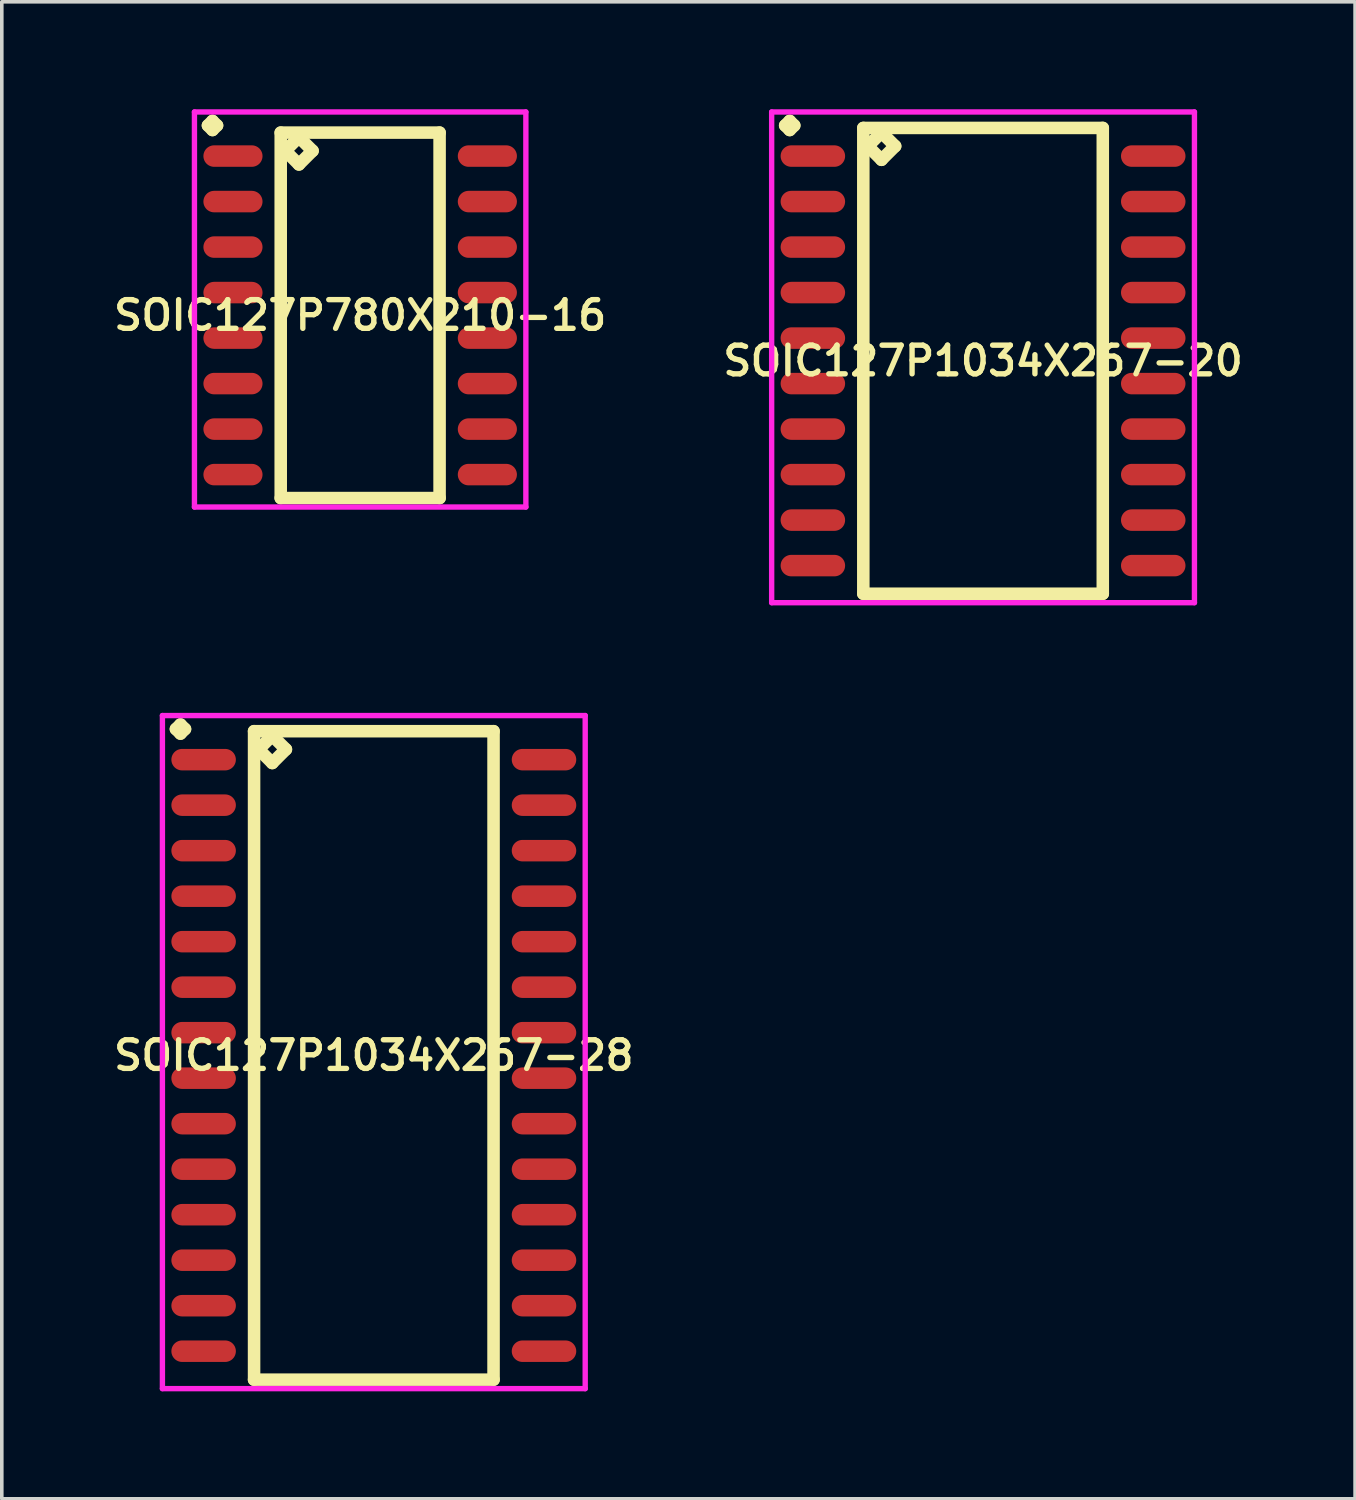
<source format=kicad_pcb>
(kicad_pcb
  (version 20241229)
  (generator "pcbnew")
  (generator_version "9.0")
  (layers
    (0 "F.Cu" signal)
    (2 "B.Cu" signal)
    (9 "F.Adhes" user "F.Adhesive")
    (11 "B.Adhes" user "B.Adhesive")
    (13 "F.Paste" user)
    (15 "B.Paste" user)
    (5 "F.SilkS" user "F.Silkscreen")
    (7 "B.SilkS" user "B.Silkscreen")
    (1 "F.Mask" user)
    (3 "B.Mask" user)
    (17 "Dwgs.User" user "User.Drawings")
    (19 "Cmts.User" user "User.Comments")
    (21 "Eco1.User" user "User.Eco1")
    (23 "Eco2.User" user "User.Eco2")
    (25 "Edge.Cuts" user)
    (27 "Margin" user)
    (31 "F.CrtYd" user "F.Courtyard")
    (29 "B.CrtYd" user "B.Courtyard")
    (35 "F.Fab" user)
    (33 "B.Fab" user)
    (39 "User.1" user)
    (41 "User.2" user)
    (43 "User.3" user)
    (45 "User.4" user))
  (footprint "SOIC127P1034X267-28"
    (layer "F.Cu")
    (at 7.383 26.407)
    (property "Reference" "SOIC127P1034X267-28" (at 0 0 0) (layer "F.SilkS") (effects (font (size 0.8 0.8) (thickness 0.15))))
    (attr smd)
    (fp_line (start -5.523 -9.109) (end -5.396 -9.236) (stroke (width 0.35) (type solid)) (layer "F.SilkS"))
    (fp_line (start -5.396 -9.236) (end -5.269 -9.109) (stroke (width 0.35) (type solid)) (layer "F.SilkS"))
    (fp_line (start -5.396 -8.982) (end -5.523 -9.109) (stroke (width 0.35) (type solid)) (layer "F.SilkS"))
    (fp_line (start -5.269 -9.109) (end -5.396 -8.982) (stroke (width 0.35) (type solid)) (layer "F.SilkS"))
    (fp_line (start -3.342 -9.05) (end -3.342 9.05) (stroke (width 0.35) (type solid)) (layer "F.SilkS"))
    (fp_line (start -3.342 9.05) (end 3.342 9.05) (stroke (width 0.35) (type solid)) (layer "F.SilkS"))
    (fp_line (start -3.215 -8.542) (end -2.834 -8.923) (stroke (width 0.35) (type solid)) (layer "F.SilkS"))
    (fp_line (start -2.834 -8.923) (end -2.453 -8.542) (stroke (width 0.35) (type solid)) (layer "F.SilkS"))
    (fp_line (start -2.834 -8.161) (end -3.215 -8.542) (stroke (width 0.35) (type solid)) (layer "F.SilkS"))
    (fp_line (start -2.453 -8.542) (end -2.834 -8.161) (stroke (width 0.35) (type solid)) (layer "F.SilkS"))
    (fp_line (start 3.342 -9.05) (end -3.342 -9.05) (stroke (width 0.35) (type solid)) (layer "F.SilkS"))
    (fp_line (start 3.342 9.05) (end 3.342 -9.05) (stroke (width 0.35) (type solid)) (layer "F.SilkS"))
    (fp_line (start -5.9 -9.486) (end 5.9 -9.486) (stroke (width 0.15) (type solid)) (layer "F.CrtYd"))
    (fp_line (start -5.9 9.3) (end -5.9 -9.486) (stroke (width 0.15) (type solid)) (layer "F.CrtYd"))
    (fp_line (start 5.9 -9.486) (end 5.9 9.3) (stroke (width 0.15) (type solid)) (layer "F.CrtYd"))
    (fp_line (start 5.9 9.3) (end -5.9 9.3) (stroke (width 0.15) (type solid)) (layer "F.CrtYd"))
    (pad "1" smd oval (at -4.75 -8.255) (size 1.8 0.6) (layers "F.Cu" "F.Mask" "F.Paste"))
    (pad "2" smd oval (at -4.75 -6.985) (size 1.8 0.6) (layers "F.Cu" "F.Mask" "F.Paste"))
    (pad "3" smd oval (at -4.75 -5.715) (size 1.8 0.6) (layers "F.Cu" "F.Mask" "F.Paste"))
    (pad "4" smd oval (at -4.75 -4.445) (size 1.8 0.6) (layers "F.Cu" "F.Mask" "F.Paste"))
    (pad "5" smd oval (at -4.75 -3.175) (size 1.8 0.6) (layers "F.Cu" "F.Mask" "F.Paste"))
    (pad "6" smd oval (at -4.75 -1.905) (size 1.8 0.6) (layers "F.Cu" "F.Mask" "F.Paste"))
    (pad "7" smd oval (at -4.75 -0.635) (size 1.8 0.6) (layers "F.Cu" "F.Mask" "F.Paste"))
    (pad "8" smd oval (at -4.75 0.635) (size 1.8 0.6) (layers "F.Cu" "F.Mask" "F.Paste"))
    (pad "9" smd oval (at -4.75 1.905) (size 1.8 0.6) (layers "F.Cu" "F.Mask" "F.Paste"))
    (pad "10" smd oval (at -4.75 3.175) (size 1.8 0.6) (layers "F.Cu" "F.Mask" "F.Paste"))
    (pad "11" smd oval (at -4.75 4.445) (size 1.8 0.6) (layers "F.Cu" "F.Mask" "F.Paste"))
    (pad "12" smd oval (at -4.75 5.715) (size 1.8 0.6) (layers "F.Cu" "F.Mask" "F.Paste"))
    (pad "13" smd oval (at -4.75 6.985) (size 1.8 0.6) (layers "F.Cu" "F.Mask" "F.Paste"))
    (pad "14" smd oval (at -4.75 8.255) (size 1.8 0.6) (layers "F.Cu" "F.Mask" "F.Paste"))
    (pad "15" smd oval (at 4.75 8.255) (size 1.8 0.6) (layers "F.Cu" "F.Mask" "F.Paste"))
    (pad "16" smd oval (at 4.75 6.985) (size 1.8 0.6) (layers "F.Cu" "F.Mask" "F.Paste"))
    (pad "17" smd oval (at 4.75 5.715) (size 1.8 0.6) (layers "F.Cu" "F.Mask" "F.Paste"))
    (pad "18" smd oval (at 4.75 4.445) (size 1.8 0.6) (layers "F.Cu" "F.Mask" "F.Paste"))
    (pad "19" smd oval (at 4.75 3.175) (size 1.8 0.6) (layers "F.Cu" "F.Mask" "F.Paste"))
    (pad "20" smd oval (at 4.75 1.905) (size 1.8 0.6) (layers "F.Cu" "F.Mask" "F.Paste"))
    (pad "21" smd oval (at 4.75 0.635) (size 1.8 0.6) (layers "F.Cu" "F.Mask" "F.Paste"))
    (pad "22" smd oval (at 4.75 -0.635) (size 1.8 0.6) (layers "F.Cu" "F.Mask" "F.Paste"))
    (pad "23" smd oval (at 4.75 -1.905) (size 1.8 0.6) (layers "F.Cu" "F.Mask" "F.Paste"))
    (pad "24" smd oval (at 4.75 -3.175) (size 1.8 0.6) (layers "F.Cu" "F.Mask" "F.Paste"))
    (pad "25" smd oval (at 4.75 -4.445) (size 1.8 0.6) (layers "F.Cu" "F.Mask" "F.Paste"))
    (pad "26" smd oval (at 4.75 -5.715) (size 1.8 0.6) (layers "F.Cu" "F.Mask" "F.Paste"))
    (pad "27" smd oval (at 4.75 -6.985) (size 1.8 0.6) (layers "F.Cu" "F.Mask" "F.Paste"))
    (pad "28" smd oval (at 4.75 -8.255) (size 1.8 0.6) (layers "F.Cu" "F.Mask" "F.Paste")))
  (footprint "SOIC127P780X210-16"
    (layer "F.Cu")
    (at 7.002 5.751)
    (property "Reference" "SOIC127P780X210-16" (at 0 0 0) (layer "F.SilkS") (effects (font (size 0.8 0.8) (thickness 0.15))))
    (attr through_hole)
    (fp_line (start -4.248 -5.299) (end -4.121 -5.426) (stroke (width 0.35) (type solid)) (layer "F.SilkS"))
    (fp_line (start -4.121 -5.426) (end -3.994 -5.299) (stroke (width 0.35) (type solid)) (layer "F.SilkS"))
    (fp_line (start -4.121 -5.172) (end -4.248 -5.299) (stroke (width 0.35) (type solid)) (layer "F.SilkS"))
    (fp_line (start -3.994 -5.299) (end -4.121 -5.172) (stroke (width 0.35) (type solid)) (layer "F.SilkS"))
    (fp_line (start -2.217 -5.1) (end -2.217 5.1) (stroke (width 0.35) (type solid)) (layer "F.SilkS"))
    (fp_line (start -2.217 5.1) (end 2.217 5.1) (stroke (width 0.35) (type solid)) (layer "F.SilkS"))
    (fp_line (start -2.09 -4.592) (end -1.709 -4.973) (stroke (width 0.35) (type solid)) (layer "F.SilkS"))
    (fp_line (start -1.709 -4.973) (end -1.328 -4.592) (stroke (width 0.35) (type solid)) (layer "F.SilkS"))
    (fp_line (start -1.709 -4.211) (end -2.09 -4.592) (stroke (width 0.35) (type solid)) (layer "F.SilkS"))
    (fp_line (start -1.328 -4.592) (end -1.709 -4.211) (stroke (width 0.35) (type solid)) (layer "F.SilkS"))
    (fp_line (start 2.217 -5.1) (end -2.217 -5.1) (stroke (width 0.35) (type solid)) (layer "F.SilkS"))
    (fp_line (start 2.217 5.1) (end 2.217 -5.1) (stroke (width 0.35) (type solid)) (layer "F.SilkS"))
    (fp_line (start -4.625 -5.676) (end 4.625 -5.676) (stroke (width 0.15) (type solid)) (layer "F.CrtYd"))
    (fp_line (start -4.625 5.35) (end -4.625 -5.676) (stroke (width 0.15) (type solid)) (layer "F.CrtYd"))
    (fp_line (start 4.625 -5.676) (end 4.625 5.35) (stroke (width 0.15) (type solid)) (layer "F.CrtYd"))
    (fp_line (start 4.625 5.35) (end -4.625 5.35) (stroke (width 0.15) (type solid)) (layer "F.CrtYd"))
    (pad "1" smd oval (at -3.55 -4.445) (size 1.65 0.6) (layers "F.Cu" "F.Mask" "F.Paste"))
    (pad "2" smd oval (at -3.55 -3.175) (size 1.65 0.6) (layers "F.Cu" "F.Mask" "F.Paste"))
    (pad "3" smd oval (at -3.55 -1.905) (size 1.65 0.6) (layers "F.Cu" "F.Mask" "F.Paste"))
    (pad "4" smd oval (at -3.55 -0.635) (size 1.65 0.6) (layers "F.Cu" "F.Mask" "F.Paste"))
    (pad "5" smd oval (at -3.55 0.635) (size 1.65 0.6) (layers "F.Cu" "F.Mask" "F.Paste"))
    (pad "6" smd oval (at -3.55 1.905) (size 1.65 0.6) (layers "F.Cu" "F.Mask" "F.Paste"))
    (pad "7" smd oval (at -3.55 3.175) (size 1.65 0.6) (layers "F.Cu" "F.Mask" "F.Paste"))
    (pad "8" smd oval (at -3.55 4.445) (size 1.65 0.6) (layers "F.Cu" "F.Mask" "F.Paste"))
    (pad "9" smd oval (at 3.55 4.445) (size 1.65 0.6) (layers "F.Cu" "F.Mask" "F.Paste"))
    (pad "10" smd oval (at 3.55 3.175) (size 1.65 0.6) (layers "F.Cu" "F.Mask" "F.Paste"))
    (pad "11" smd oval (at 3.55 1.905) (size 1.65 0.6) (layers "F.Cu" "F.Mask" "F.Paste"))
    (pad "12" smd oval (at 3.55 0.635) (size 1.65 0.6) (layers "F.Cu" "F.Mask" "F.Paste"))
    (pad "13" smd oval (at 3.55 -0.635) (size 1.65 0.6) (layers "F.Cu" "F.Mask" "F.Paste"))
    (pad "14" smd oval (at 3.55 -1.905) (size 1.65 0.6) (layers "F.Cu" "F.Mask" "F.Paste"))
    (pad "15" smd oval (at 3.55 -3.175) (size 1.65 0.6) (layers "F.Cu" "F.Mask" "F.Paste"))
    (pad "16" smd oval (at 3.55 -4.445) (size 1.65 0.6) (layers "F.Cu" "F.Mask" "F.Paste")))
  (footprint "SOIC127P1034X267-20"
    (layer "F.Cu")
    (at 24.387 7.021)
    (property "Reference" "SOIC127P1034X267-20" (at 0 0 0) (layer "F.SilkS") (effects (font (size 0.8 0.8) (thickness 0.15))))
    (attr smd)
    (fp_line (start -5.523 -6.569) (end -5.396 -6.696) (stroke (width 0.35) (type solid)) (layer "F.SilkS"))
    (fp_line (start -5.396 -6.696) (end -5.269 -6.569) (stroke (width 0.35) (type solid)) (layer "F.SilkS"))
    (fp_line (start -5.396 -6.442) (end -5.523 -6.569) (stroke (width 0.35) (type solid)) (layer "F.SilkS"))
    (fp_line (start -5.269 -6.569) (end -5.396 -6.442) (stroke (width 0.35) (type solid)) (layer "F.SilkS"))
    (fp_line (start -3.342 -6.5) (end -3.342 6.5) (stroke (width 0.35) (type solid)) (layer "F.SilkS"))
    (fp_line (start -3.342 6.5) (end 3.342 6.5) (stroke (width 0.35) (type solid)) (layer "F.SilkS"))
    (fp_line (start -3.215 -5.992) (end -2.834 -6.373) (stroke (width 0.35) (type solid)) (layer "F.SilkS"))
    (fp_line (start -2.834 -6.373) (end -2.453 -5.992) (stroke (width 0.35) (type solid)) (layer "F.SilkS"))
    (fp_line (start -2.834 -5.611) (end -3.215 -5.992) (stroke (width 0.35) (type solid)) (layer "F.SilkS"))
    (fp_line (start -2.453 -5.992) (end -2.834 -5.611) (stroke (width 0.35) (type solid)) (layer "F.SilkS"))
    (fp_line (start 3.342 -6.5) (end -3.342 -6.5) (stroke (width 0.35) (type solid)) (layer "F.SilkS"))
    (fp_line (start 3.342 6.5) (end 3.342 -6.5) (stroke (width 0.35) (type solid)) (layer "F.SilkS"))
    (fp_line (start -5.9 -6.946) (end 5.9 -6.946) (stroke (width 0.15) (type solid)) (layer "F.CrtYd"))
    (fp_line (start -5.9 6.75) (end -5.9 -6.946) (stroke (width 0.15) (type solid)) (layer "F.CrtYd"))
    (fp_line (start 5.9 -6.946) (end 5.9 6.75) (stroke (width 0.15) (type solid)) (layer "F.CrtYd"))
    (fp_line (start 5.9 6.75) (end -5.9 6.75) (stroke (width 0.15) (type solid)) (layer "F.CrtYd"))
    (pad "1" smd oval (at -4.75 -5.715) (size 1.8 0.6) (layers "F.Cu" "F.Mask" "F.Paste"))
    (pad "2" smd oval (at -4.75 -4.445) (size 1.8 0.6) (layers "F.Cu" "F.Mask" "F.Paste"))
    (pad "3" smd oval (at -4.75 -3.175) (size 1.8 0.6) (layers "F.Cu" "F.Mask" "F.Paste"))
    (pad "4" smd oval (at -4.75 -1.905) (size 1.8 0.6) (layers "F.Cu" "F.Mask" "F.Paste"))
    (pad "5" smd oval (at -4.75 -0.635) (size 1.8 0.6) (layers "F.Cu" "F.Mask" "F.Paste"))
    (pad "6" smd oval (at -4.75 0.635) (size 1.8 0.6) (layers "F.Cu" "F.Mask" "F.Paste"))
    (pad "7" smd oval (at -4.75 1.905) (size 1.8 0.6) (layers "F.Cu" "F.Mask" "F.Paste"))
    (pad "8" smd oval (at -4.75 3.175) (size 1.8 0.6) (layers "F.Cu" "F.Mask" "F.Paste"))
    (pad "9" smd oval (at -4.75 4.445) (size 1.8 0.6) (layers "F.Cu" "F.Mask" "F.Paste"))
    (pad "10" smd oval (at -4.75 5.715) (size 1.8 0.6) (layers "F.Cu" "F.Mask" "F.Paste"))
    (pad "11" smd oval (at 4.75 5.715) (size 1.8 0.6) (layers "F.Cu" "F.Mask" "F.Paste"))
    (pad "12" smd oval (at 4.75 4.445) (size 1.8 0.6) (layers "F.Cu" "F.Mask" "F.Paste"))
    (pad "13" smd oval (at 4.75 3.175) (size 1.8 0.6) (layers "F.Cu" "F.Mask" "F.Paste"))
    (pad "14" smd oval (at 4.75 1.905) (size 1.8 0.6) (layers "F.Cu" "F.Mask" "F.Paste"))
    (pad "15" smd oval (at 4.75 0.635) (size 1.8 0.6) (layers "F.Cu" "F.Mask" "F.Paste"))
    (pad "16" smd oval (at 4.75 -0.635) (size 1.8 0.6) (layers "F.Cu" "F.Mask" "F.Paste"))
    (pad "17" smd oval (at 4.75 -1.905) (size 1.8 0.6) (layers "F.Cu" "F.Mask" "F.Paste"))
    (pad "18" smd oval (at 4.75 -3.175) (size 1.8 0.6) (layers "F.Cu" "F.Mask" "F.Paste"))
    (pad "19" smd oval (at 4.75 -4.445) (size 1.8 0.6) (layers "F.Cu" "F.Mask" "F.Paste"))
    (pad "20" smd oval (at 4.75 -5.715) (size 1.8 0.6) (layers "F.Cu" "F.Mask" "F.Paste")))
  (gr_rect
    (start -3 -3)
    (end 34.77 38.782)
    (stroke (width 0.1) (type default))
    (fill no)
    (layer "Edge.Cuts")))
</source>
